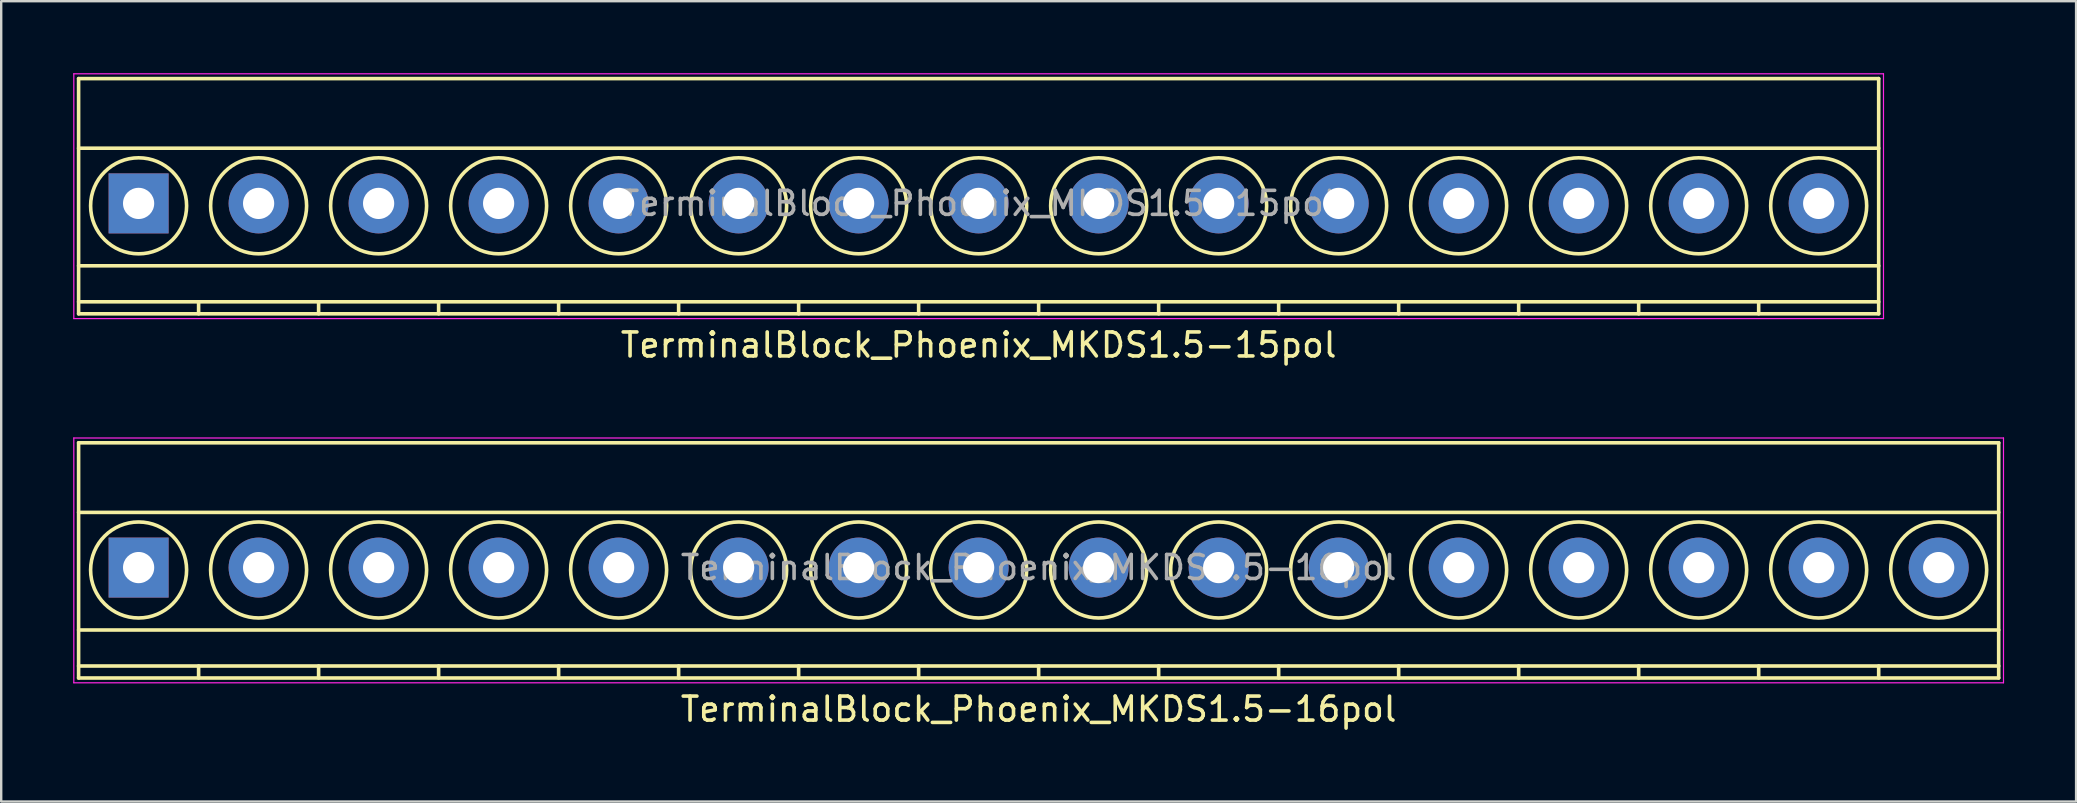
<source format=kicad_pcb>
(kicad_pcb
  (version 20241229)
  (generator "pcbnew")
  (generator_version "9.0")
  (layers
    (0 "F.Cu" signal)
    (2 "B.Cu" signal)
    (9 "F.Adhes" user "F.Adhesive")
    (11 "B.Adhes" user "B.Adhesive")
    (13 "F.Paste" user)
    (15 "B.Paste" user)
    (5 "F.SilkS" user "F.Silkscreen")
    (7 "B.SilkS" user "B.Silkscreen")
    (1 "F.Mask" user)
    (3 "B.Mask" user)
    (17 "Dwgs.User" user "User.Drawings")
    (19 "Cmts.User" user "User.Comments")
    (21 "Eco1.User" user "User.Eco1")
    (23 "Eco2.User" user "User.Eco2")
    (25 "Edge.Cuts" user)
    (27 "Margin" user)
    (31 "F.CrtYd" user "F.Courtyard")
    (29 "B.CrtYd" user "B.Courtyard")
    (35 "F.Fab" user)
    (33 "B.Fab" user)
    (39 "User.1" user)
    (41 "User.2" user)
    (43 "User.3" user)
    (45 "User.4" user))
  (footprint "TerminalBlock_Phoenix_MKDS1.5-16pol"
    (layer "F.Cu")
    (at 2.725 20.598)
    (property "Reference" "TerminalBlock_Phoenix_MKDS1.5-16pol" (at 37.5 5.9 0) (layer "F.SilkS") (effects (font (size 1 1) (thickness 0.15))))
    (attr through_hole)
    (fp_line (start -2.5 -5.2) (end -2.5 4.6) (stroke (width 0.15) (type solid)) (layer "F.SilkS"))
    (fp_line (start -2.5 -2.3) (end 77.5 -2.3) (stroke (width 0.15) (type solid)) (layer "F.SilkS"))
    (fp_line (start -2.5 2.6) (end 77.5 2.6) (stroke (width 0.15) (type solid)) (layer "F.SilkS"))
    (fp_line (start -2.5 4.1) (end 77.5 4.1) (stroke (width 0.15) (type solid)) (layer "F.SilkS"))
    (fp_line (start -2.5 4.6) (end 77.5 4.6) (stroke (width 0.15) (type solid)) (layer "F.SilkS"))
    (fp_line (start 2.5 4.1) (end 2.5 4.6) (stroke (width 0.15) (type solid)) (layer "F.SilkS"))
    (fp_line (start 7.5 4.1) (end 7.5 4.6) (stroke (width 0.15) (type solid)) (layer "F.SilkS"))
    (fp_line (start 12.5 4.1) (end 12.5 4.6) (stroke (width 0.15) (type solid)) (layer "F.SilkS"))
    (fp_line (start 17.5 4.1) (end 17.5 4.6) (stroke (width 0.15) (type solid)) (layer "F.SilkS"))
    (fp_line (start 22.5 4.1) (end 22.5 4.6) (stroke (width 0.15) (type solid)) (layer "F.SilkS"))
    (fp_line (start 27.5 4.1) (end 27.5 4.6) (stroke (width 0.15) (type solid)) (layer "F.SilkS"))
    (fp_line (start 32.5 4.1) (end 32.5 4.6) (stroke (width 0.15) (type solid)) (layer "F.SilkS"))
    (fp_line (start 37.5 4.1) (end 37.5 4.6) (stroke (width 0.15) (type solid)) (layer "F.SilkS"))
    (fp_line (start 42.5 4.1) (end 42.5 4.6) (stroke (width 0.15) (type solid)) (layer "F.SilkS"))
    (fp_line (start 47.5 4.1) (end 47.5 4.6) (stroke (width 0.15) (type solid)) (layer "F.SilkS"))
    (fp_line (start 52.5 4.1) (end 52.5 4.6) (stroke (width 0.15) (type solid)) (layer "F.SilkS"))
    (fp_line (start 57.5 4.1) (end 57.5 4.6) (stroke (width 0.15) (type solid)) (layer "F.SilkS"))
    (fp_line (start 62.5 4.1) (end 62.5 4.6) (stroke (width 0.15) (type solid)) (layer "F.SilkS"))
    (fp_line (start 67.5 4.1) (end 67.5 4.6) (stroke (width 0.15) (type solid)) (layer "F.SilkS"))
    (fp_line (start 72.5 4.1) (end 72.5 4.6) (stroke (width 0.15) (type solid)) (layer "F.SilkS"))
    (fp_line (start 77.5 -5.2) (end -2.5 -5.2) (stroke (width 0.15) (type solid)) (layer "F.SilkS"))
    (fp_line (start 77.5 4.6) (end 77.5 -5.2) (stroke (width 0.15) (type solid)) (layer "F.SilkS"))
    (fp_circle (center 0 0.1) (end 2 0.1) (stroke (width 0.15) (type solid)) (fill no) (layer "F.SilkS"))
    (fp_circle (center 5 0.1) (end 3 0.1) (stroke (width 0.15) (type solid)) (fill no) (layer "F.SilkS"))
    (fp_circle (center 10 0.1) (end 8 0.1) (stroke (width 0.15) (type solid)) (fill no) (layer "F.SilkS"))
    (fp_circle (center 15 0.1) (end 13 0.1) (stroke (width 0.15) (type solid)) (fill no) (layer "F.SilkS"))
    (fp_circle (center 20 0.1) (end 18 0.1) (stroke (width 0.15) (type solid)) (fill no) (layer "F.SilkS"))
    (fp_circle (center 25 0.1) (end 23 0.1) (stroke (width 0.15) (type solid)) (fill no) (layer "F.SilkS"))
    (fp_circle (center 30 0.1) (end 28 0.1) (stroke (width 0.15) (type solid)) (fill no) (layer "F.SilkS"))
    (fp_circle (center 35 0.1) (end 33 0.1) (stroke (width 0.15) (type solid)) (fill no) (layer "F.SilkS"))
    (fp_circle (center 40 0.1) (end 38 0.1) (stroke (width 0.15) (type solid)) (fill no) (layer "F.SilkS"))
    (fp_circle (center 45 0.1) (end 43 0.1) (stroke (width 0.15) (type solid)) (fill no) (layer "F.SilkS"))
    (fp_circle (center 50 0.1) (end 48 0.1) (stroke (width 0.15) (type solid)) (fill no) (layer "F.SilkS"))
    (fp_circle (center 55 0.1) (end 53 0.1) (stroke (width 0.15) (type solid)) (fill no) (layer "F.SilkS"))
    (fp_circle (center 60 0.1) (end 58 0.1) (stroke (width 0.15) (type solid)) (fill no) (layer "F.SilkS"))
    (fp_circle (center 65 0.1) (end 63 0.1) (stroke (width 0.15) (type solid)) (fill no) (layer "F.SilkS"))
    (fp_circle (center 70 0.1) (end 68 0.1) (stroke (width 0.15) (type solid)) (fill no) (layer "F.SilkS"))
    (fp_circle (center 75 0.1) (end 73 0.1) (stroke (width 0.15) (type solid)) (fill no) (layer "F.SilkS"))
    (fp_line (start -2.7 -5.4) (end -2.7 4.8) (stroke (width 0.05) (type solid)) (layer "F.CrtYd"))
    (fp_line (start -2.7 4.8) (end 77.7 4.8) (stroke (width 0.05) (type solid)) (layer "F.CrtYd"))
    (fp_line (start 77.7 -5.4) (end -2.7 -5.4) (stroke (width 0.05) (type solid)) (layer "F.CrtYd"))
    (fp_line (start 77.7 4.8) (end 77.7 -5.4) (stroke (width 0.05) (type solid)) (layer "F.CrtYd"))
    (fp_text user "${REFERENCE}" (at 37.5 0 0) (layer "F.Fab") (effects (font (size 1 1) (thickness 0.15))))
    (pad "1" thru_hole rect (at 0 0) (size 2.5 2.5) (drill 1.3) (layers "*.Cu" "*.Mask"))
    (pad "2" thru_hole circle (at 5 0) (size 2.5 2.5) (drill 1.3) (layers "*.Cu" "*.Mask"))
    (pad "3" thru_hole circle (at 10 0) (size 2.5 2.5) (drill 1.3) (layers "*.Cu" "*.Mask"))
    (pad "4" thru_hole circle (at 15 0) (size 2.5 2.5) (drill 1.3) (layers "*.Cu" "*.Mask"))
    (pad "5" thru_hole circle (at 20 0) (size 2.5 2.5) (drill 1.3) (layers "*.Cu" "*.Mask"))
    (pad "6" thru_hole circle (at 25 0) (size 2.5 2.5) (drill 1.3) (layers "*.Cu" "*.Mask"))
    (pad "7" thru_hole circle (at 30 0) (size 2.5 2.5) (drill 1.3) (layers "*.Cu" "*.Mask"))
    (pad "8" thru_hole circle (at 35 0) (size 2.5 2.5) (drill 1.3) (layers "*.Cu" "*.Mask"))
    (pad "9" thru_hole circle (at 40 0) (size 2.5 2.5) (drill 1.3) (layers "*.Cu" "*.Mask"))
    (pad "10" thru_hole circle (at 45 0) (size 2.5 2.5) (drill 1.3) (layers "*.Cu" "*.Mask"))
    (pad "11" thru_hole circle (at 50 0) (size 2.5 2.5) (drill 1.3) (layers "*.Cu" "*.Mask"))
    (pad "12" thru_hole circle (at 55 0) (size 2.5 2.5) (drill 1.3) (layers "*.Cu" "*.Mask"))
    (pad "13" thru_hole circle (at 60 0) (size 2.5 2.5) (drill 1.3) (layers "*.Cu" "*.Mask"))
    (pad "14" thru_hole circle (at 65 0) (size 2.5 2.5) (drill 1.3) (layers "*.Cu" "*.Mask"))
    (pad "15" thru_hole circle (at 70 0) (size 2.5 2.5) (drill 1.3) (layers "*.Cu" "*.Mask"))
    (pad "16" thru_hole circle (at 75 0) (size 2.5 2.5) (drill 1.3) (layers "*.Cu" "*.Mask")))
  (footprint "TerminalBlock_Phoenix_MKDS1.5-15pol"
    (layer "F.Cu")
    (at 2.725 5.425)
    (property "Reference" "TerminalBlock_Phoenix_MKDS1.5-15pol" (at 35 5.9 0) (layer "F.SilkS") (effects (font (size 1 1) (thickness 0.15))))
    (attr through_hole)
    (fp_line (start -2.5 -5.2) (end -2.5 4.6) (stroke (width 0.15) (type solid)) (layer "F.SilkS"))
    (fp_line (start -2.5 -2.3) (end 72.5 -2.3) (stroke (width 0.15) (type solid)) (layer "F.SilkS"))
    (fp_line (start -2.5 2.6) (end 72.5 2.6) (stroke (width 0.15) (type solid)) (layer "F.SilkS"))
    (fp_line (start -2.5 4.1) (end 72.5 4.1) (stroke (width 0.15) (type solid)) (layer "F.SilkS"))
    (fp_line (start -2.5 4.6) (end 72.5 4.6) (stroke (width 0.15) (type solid)) (layer "F.SilkS"))
    (fp_line (start 2.5 4.1) (end 2.5 4.6) (stroke (width 0.15) (type solid)) (layer "F.SilkS"))
    (fp_line (start 7.5 4.1) (end 7.5 4.6) (stroke (width 0.15) (type solid)) (layer "F.SilkS"))
    (fp_line (start 12.5 4.1) (end 12.5 4.6) (stroke (width 0.15) (type solid)) (layer "F.SilkS"))
    (fp_line (start 17.5 4.1) (end 17.5 4.6) (stroke (width 0.15) (type solid)) (layer "F.SilkS"))
    (fp_line (start 22.5 4.1) (end 22.5 4.6) (stroke (width 0.15) (type solid)) (layer "F.SilkS"))
    (fp_line (start 27.5 4.1) (end 27.5 4.6) (stroke (width 0.15) (type solid)) (layer "F.SilkS"))
    (fp_line (start 32.5 4.1) (end 32.5 4.6) (stroke (width 0.15) (type solid)) (layer "F.SilkS"))
    (fp_line (start 37.5 4.1) (end 37.5 4.6) (stroke (width 0.15) (type solid)) (layer "F.SilkS"))
    (fp_line (start 42.5 4.1) (end 42.5 4.6) (stroke (width 0.15) (type solid)) (layer "F.SilkS"))
    (fp_line (start 47.5 4.1) (end 47.5 4.6) (stroke (width 0.15) (type solid)) (layer "F.SilkS"))
    (fp_line (start 52.5 4.1) (end 52.5 4.6) (stroke (width 0.15) (type solid)) (layer "F.SilkS"))
    (fp_line (start 57.5 4.1) (end 57.5 4.6) (stroke (width 0.15) (type solid)) (layer "F.SilkS"))
    (fp_line (start 62.5 4.1) (end 62.5 4.6) (stroke (width 0.15) (type solid)) (layer "F.SilkS"))
    (fp_line (start 67.5 4.1) (end 67.5 4.6) (stroke (width 0.15) (type solid)) (layer "F.SilkS"))
    (fp_line (start 72.5 -5.2) (end -2.5 -5.2) (stroke (width 0.15) (type solid)) (layer "F.SilkS"))
    (fp_line (start 72.5 4.6) (end 72.5 -5.2) (stroke (width 0.15) (type solid)) (layer "F.SilkS"))
    (fp_circle (center 0 0.1) (end 2 0.1) (stroke (width 0.15) (type solid)) (fill no) (layer "F.SilkS"))
    (fp_circle (center 5 0.1) (end 3 0.1) (stroke (width 0.15) (type solid)) (fill no) (layer "F.SilkS"))
    (fp_circle (center 10 0.1) (end 8 0.1) (stroke (width 0.15) (type solid)) (fill no) (layer "F.SilkS"))
    (fp_circle (center 15 0.1) (end 13 0.1) (stroke (width 0.15) (type solid)) (fill no) (layer "F.SilkS"))
    (fp_circle (center 20 0.1) (end 18 0.1) (stroke (width 0.15) (type solid)) (fill no) (layer "F.SilkS"))
    (fp_circle (center 25 0.1) (end 23 0.1) (stroke (width 0.15) (type solid)) (fill no) (layer "F.SilkS"))
    (fp_circle (center 30 0.1) (end 28 0.1) (stroke (width 0.15) (type solid)) (fill no) (layer "F.SilkS"))
    (fp_circle (center 35 0.1) (end 33 0.1) (stroke (width 0.15) (type solid)) (fill no) (layer "F.SilkS"))
    (fp_circle (center 40 0.1) (end 38 0.1) (stroke (width 0.15) (type solid)) (fill no) (layer "F.SilkS"))
    (fp_circle (center 45 0.1) (end 43 0.1) (stroke (width 0.15) (type solid)) (fill no) (layer "F.SilkS"))
    (fp_circle (center 50 0.1) (end 48 0.1) (stroke (width 0.15) (type solid)) (fill no) (layer "F.SilkS"))
    (fp_circle (center 55 0.1) (end 53 0.1) (stroke (width 0.15) (type solid)) (fill no) (layer "F.SilkS"))
    (fp_circle (center 60 0.1) (end 58 0.1) (stroke (width 0.15) (type solid)) (fill no) (layer "F.SilkS"))
    (fp_circle (center 65 0.1) (end 63 0.1) (stroke (width 0.15) (type solid)) (fill no) (layer "F.SilkS"))
    (fp_circle (center 70 0.1) (end 68 0.1) (stroke (width 0.15) (type solid)) (fill no) (layer "F.SilkS"))
    (fp_line (start -2.7 -5.4) (end 72.7 -5.4) (stroke (width 0.05) (type solid)) (layer "F.CrtYd"))
    (fp_line (start -2.7 4.8) (end -2.7 -5.4) (stroke (width 0.05) (type solid)) (layer "F.CrtYd"))
    (fp_line (start 72.7 -5.4) (end 72.7 4.8) (stroke (width 0.05) (type solid)) (layer "F.CrtYd"))
    (fp_line (start 72.7 4.8) (end -2.7 4.8) (stroke (width 0.05) (type solid)) (layer "F.CrtYd"))
    (fp_text user "${REFERENCE}" (at 35 0 0) (layer "F.Fab") (effects (font (size 1 1) (thickness 0.15))))
    (pad "1" thru_hole rect (at 0 0) (size 2.5 2.5) (drill 1.3) (layers "*.Cu" "*.Mask"))
    (pad "2" thru_hole circle (at 5 0) (size 2.5 2.5) (drill 1.3) (layers "*.Cu" "*.Mask"))
    (pad "3" thru_hole circle (at 10 0) (size 2.5 2.5) (drill 1.3) (layers "*.Cu" "*.Mask"))
    (pad "4" thru_hole circle (at 15 0) (size 2.5 2.5) (drill 1.3) (layers "*.Cu" "*.Mask"))
    (pad "5" thru_hole circle (at 20 0) (size 2.5 2.5) (drill 1.3) (layers "*.Cu" "*.Mask"))
    (pad "6" thru_hole circle (at 25 0) (size 2.5 2.5) (drill 1.3) (layers "*.Cu" "*.Mask"))
    (pad "7" thru_hole circle (at 30 0) (size 2.5 2.5) (drill 1.3) (layers "*.Cu" "*.Mask"))
    (pad "8" thru_hole circle (at 35 0) (size 2.5 2.5) (drill 1.3) (layers "*.Cu" "*.Mask"))
    (pad "9" thru_hole circle (at 40 0) (size 2.5 2.5) (drill 1.3) (layers "*.Cu" "*.Mask"))
    (pad "10" thru_hole circle (at 45 0) (size 2.5 2.5) (drill 1.3) (layers "*.Cu" "*.Mask"))
    (pad "11" thru_hole circle (at 50 0) (size 2.5 2.5) (drill 1.3) (layers "*.Cu" "*.Mask"))
    (pad "12" thru_hole circle (at 55 0) (size 2.5 2.5) (drill 1.3) (layers "*.Cu" "*.Mask"))
    (pad "13" thru_hole circle (at 60 0) (size 2.5 2.5) (drill 1.3) (layers "*.Cu" "*.Mask"))
    (pad "14" thru_hole circle (at 65 0) (size 2.5 2.5) (drill 1.3) (layers "*.Cu" "*.Mask"))
    (pad "15" thru_hole circle (at 70 0) (size 2.5 2.5) (drill 1.3) (layers "*.Cu" "*.Mask")))
  (gr_rect
    (start -3 -3)
    (end 83.45 30.346)
    (stroke (width 0.1) (type default))
    (fill no)
    (layer "Edge.Cuts")))
</source>
